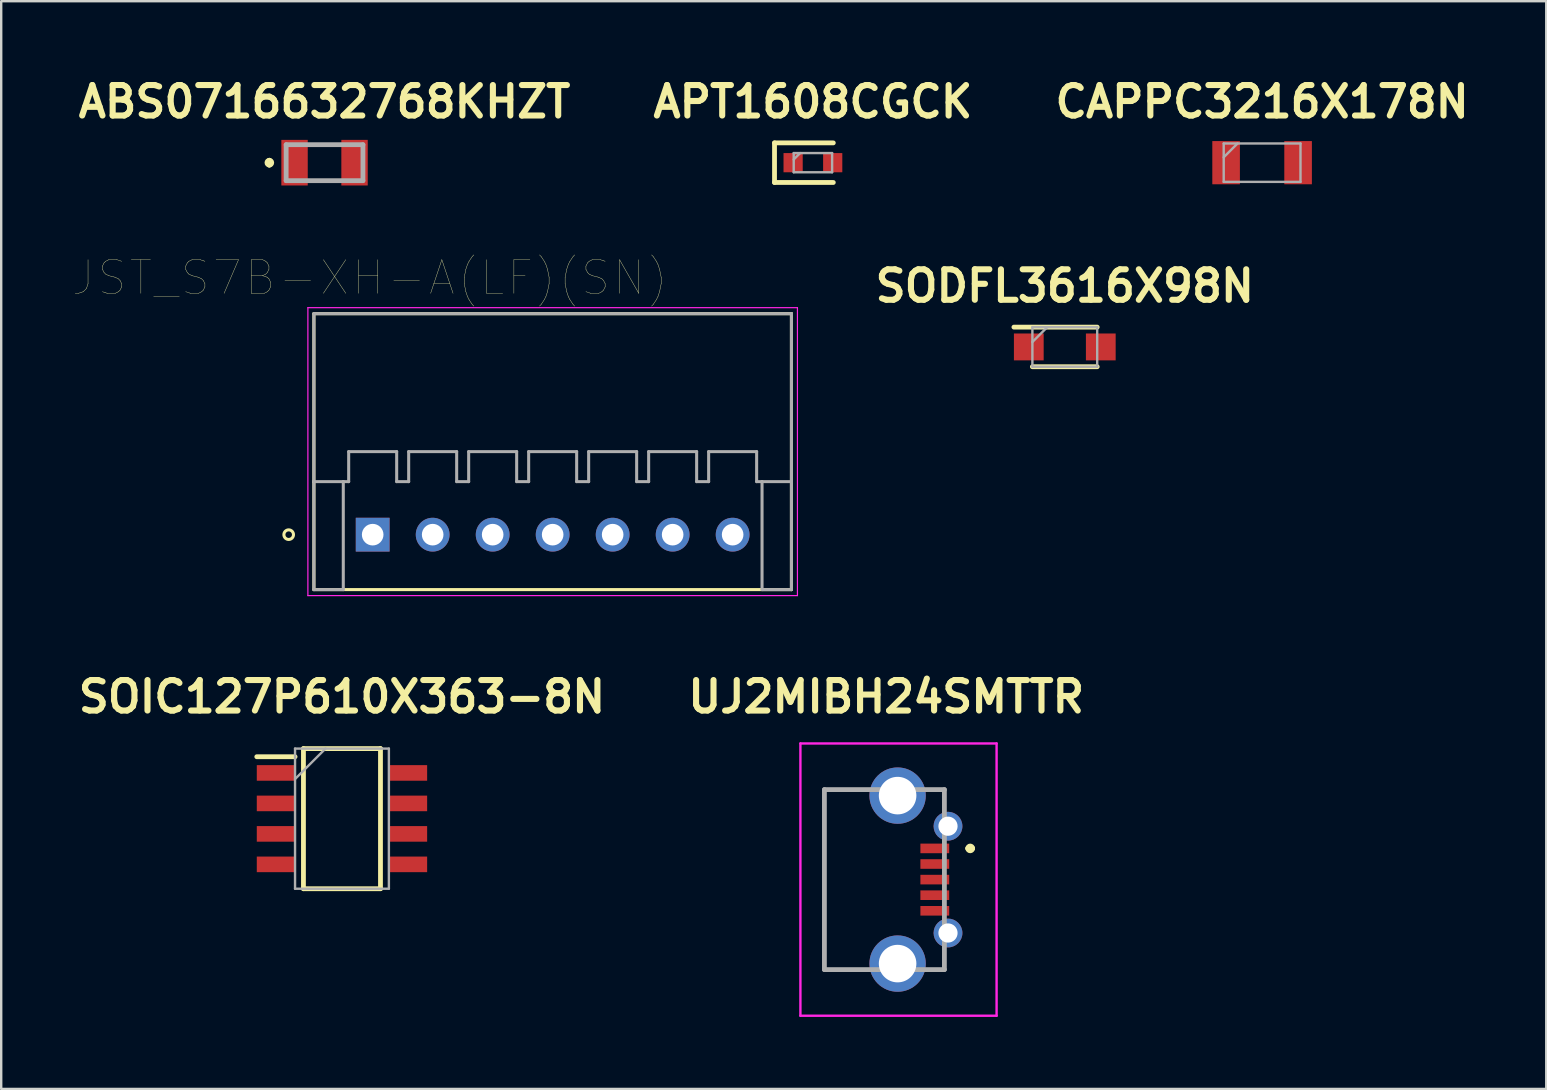
<source format=kicad_pcb>
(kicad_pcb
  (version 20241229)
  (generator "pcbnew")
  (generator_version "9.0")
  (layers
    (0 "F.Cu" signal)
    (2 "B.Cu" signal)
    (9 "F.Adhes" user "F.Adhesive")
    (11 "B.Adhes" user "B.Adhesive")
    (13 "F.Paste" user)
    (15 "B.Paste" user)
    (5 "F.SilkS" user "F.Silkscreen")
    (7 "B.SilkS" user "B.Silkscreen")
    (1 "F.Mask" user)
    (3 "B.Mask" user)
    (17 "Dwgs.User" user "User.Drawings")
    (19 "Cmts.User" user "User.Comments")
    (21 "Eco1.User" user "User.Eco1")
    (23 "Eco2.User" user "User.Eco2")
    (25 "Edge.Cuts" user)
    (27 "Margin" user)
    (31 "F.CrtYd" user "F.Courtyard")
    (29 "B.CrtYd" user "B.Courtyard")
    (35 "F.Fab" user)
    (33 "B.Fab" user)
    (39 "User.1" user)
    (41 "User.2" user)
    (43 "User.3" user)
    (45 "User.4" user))
  (footprint "UJ2MIBH24SMTTR"
    (layer "F.Cu")
    (at 33.879 33.604)
    (property "Reference" "UJ2MIBH24SMTTR" (at 0 -7.62 0) (layer "F.SilkS") (effects (font (size 1.27 1.27) (thickness 0.254))))
    (attr through_hole)
    (fp_line (start -2.575 -3.75) (end -1.075 -3.75) (stroke (width 0.1) (type solid)) (layer "F.SilkS"))
    (fp_line (start -2.575 3.75) (end -2.575 -3.75) (stroke (width 0.1) (type solid)) (layer "F.SilkS"))
    (fp_line (start -1.575 3.75) (end -2.575 3.75) (stroke (width 0.1) (type solid)) (layer "F.SilkS"))
    (fp_line (start 2.025 -3.75) (end 2.425 -3.75) (stroke (width 0.1) (type solid)) (layer "F.SilkS"))
    (fp_line (start 2.025 3.75) (end 2.425 3.75) (stroke (width 0.1) (type solid)) (layer "F.SilkS"))
    (fp_line (start 2.425 -3.75) (end 2.425 -3.75) (stroke (width 0.1) (type solid)) (layer "F.SilkS"))
    (fp_line (start 2.425 3.75) (end 2.425 3.75) (stroke (width 0.1) (type solid)) (layer "F.SilkS"))
    (fp_line (start 3.4 -1.3) (end 3.4 -1.3) (stroke (width 0.2) (type solid)) (layer "F.SilkS"))
    (fp_line (start 3.6 -1.3) (end 3.6 -1.3) (stroke (width 0.2) (type solid)) (layer "F.SilkS"))
    (fp_arc (start 3.4 -1.3) (mid 3.5 -1.4) (end 3.6 -1.3) (stroke (width 0.2) (type solid)) (layer "F.SilkS"))
    (fp_arc (start 3.6 -1.3) (mid 3.5 -1.2) (end 3.4 -1.3) (stroke (width 0.2) (type solid)) (layer "F.SilkS"))
    (fp_line (start -3.575 -5.674) (end 4.6 -5.674) (stroke (width 0.1) (type solid)) (layer "F.CrtYd"))
    (fp_line (start -3.575 5.674) (end -3.575 -5.674) (stroke (width 0.1) (type solid)) (layer "F.CrtYd"))
    (fp_line (start 4.6 -5.674) (end 4.6 5.674) (stroke (width 0.1) (type solid)) (layer "F.CrtYd"))
    (fp_line (start 4.6 5.674) (end -3.575 5.674) (stroke (width 0.1) (type solid)) (layer "F.CrtYd"))
    (fp_line (start -2.575 -3.75) (end 2.425 -3.75) (stroke (width 0.2) (type solid)) (layer "F.Fab"))
    (fp_line (start -2.575 3.75) (end -2.575 -3.75) (stroke (width 0.2) (type solid)) (layer "F.Fab"))
    (fp_line (start 2.425 -3.75) (end 2.425 3.75) (stroke (width 0.2) (type solid)) (layer "F.Fab"))
    (fp_line (start 2.425 3.75) (end -2.575 3.75) (stroke (width 0.2) (type solid)) (layer "F.Fab"))
    (pad "1" smd rect (at 2.025 -1.3 90) (size 0.4 1.2) (layers "F.Cu" "F.Mask" "F.Paste"))
    (pad "2" smd rect (at 2.025 -0.65 90) (size 0.4 1.2) (layers "F.Cu" "F.Mask" "F.Paste"))
    (pad "3" smd rect (at 2.025 0 90) (size 0.4 1.2) (layers "F.Cu" "F.Mask" "F.Paste"))
    (pad "4" smd rect (at 2.025 0.65 90) (size 0.4 1.2) (layers "F.Cu" "F.Mask" "F.Paste"))
    (pad "5" smd rect (at 2.025 1.3 90) (size 0.4 1.2) (layers "F.Cu" "F.Mask" "F.Paste"))
    (pad "MH1" thru_hole circle (at 2.575 -2.225) (size 1.2 1.2) (drill 0.8) (layers "*.Cu" "*.Mask"))
    (pad "MH2" thru_hole circle (at 2.575 2.225) (size 1.2 1.2) (drill 0.8) (layers "*.Cu" "*.Mask"))
    (pad "MH3" thru_hole circle (at 0.475 3.5) (size 2.348 2.348) (drill 1.565) (layers "*.Cu" "*.Mask"))
    (pad "MH4" thru_hole circle (at 0.475 -3.5) (size 2.348 2.348) (drill 1.565) (layers "*.Cu" "*.Mask")))
  (footprint "CAPPC3216X178N"
    (layer "F.Cu")
    (at 49.543 3.729)
    (property "Reference" "CAPPC3216X178N" (at 0 -2.54 0) (layer "F.SilkS") (effects (font (size 1.27 1.27) (thickness 0.254))))
    (attr smd)
    (fp_line (start -1.6 -0.8) (end 1.6 -0.8) (stroke (width 0.1) (type solid)) (layer "F.Fab"))
    (fp_line (start -1.6 -0.225) (end -1.025 -0.8) (stroke (width 0.1) (type solid)) (layer "F.Fab"))
    (fp_line (start -1.6 0.8) (end -1.6 -0.8) (stroke (width 0.1) (type solid)) (layer "F.Fab"))
    (fp_line (start 1.6 -0.8) (end 1.6 0.8) (stroke (width 0.1) (type solid)) (layer "F.Fab"))
    (fp_line (start 1.6 0.8) (end -1.6 0.8) (stroke (width 0.1) (type solid)) (layer "F.Fab"))
    (pad "1" smd rect (at -1.5 0) (size 1.15 1.8) (layers "F.Cu" "F.Mask" "F.Paste"))
    (pad "2" smd rect (at 1.5 0) (size 1.15 1.8) (layers "F.Cu" "F.Mask" "F.Paste")))
  (footprint "JST_S7B-XH-A(LF)(SN)"
    (layer "F.Cu")
    (at 19.98 15.77)
    (property "Reference" "JST_S7B-XH-A(LF)(SN)" (at -7.62 -7.245 0) (layer "F.SilkS") (effects (font (size 1.401 1.401) (thickness 0.015))))
    (attr through_hole)
    (fp_line (start -9.95 -5.75) (end 9.95 -5.75) (stroke (width 0.127) (type solid)) (layer "F.SilkS"))
    (fp_line (start -9.95 1.25) (end -9.95 -5.75) (stroke (width 0.127) (type solid)) (layer "F.SilkS"))
    (fp_line (start -9.95 1.27) (end -9.95 1.25) (stroke (width 0.127) (type solid)) (layer "F.SilkS"))
    (fp_line (start -9.95 5.75) (end -9.95 1.27) (stroke (width 0.127) (type solid)) (layer "F.SilkS"))
    (fp_line (start 9.95 -5.75) (end 9.95 5.75) (stroke (width 0.127) (type solid)) (layer "F.SilkS"))
    (fp_line (start 9.95 5.75) (end -9.95 5.75) (stroke (width 0.127) (type solid)) (layer "F.SilkS"))
    (fp_circle (center -11 3.46) (end -10.8 3.46) (stroke (width 0.127) (type solid)) (fill no) (layer "F.SilkS"))
    (fp_line (start -10.2 -6) (end 10.2 -6) (stroke (width 0.05) (type solid)) (layer "F.CrtYd"))
    (fp_line (start -10.2 6) (end -10.2 -6) (stroke (width 0.05) (type solid)) (layer "F.CrtYd"))
    (fp_line (start 10.2 -6) (end 10.2 6) (stroke (width 0.05) (type solid)) (layer "F.CrtYd"))
    (fp_line (start 10.2 6) (end -10.2 6) (stroke (width 0.05) (type solid)) (layer "F.CrtYd"))
    (fp_line (start -9.95 -5.75) (end -9.95 1.25) (stroke (width 0.127) (type solid)) (layer "F.Fab"))
    (fp_line (start -9.95 1.25) (end -9.95 5.75) (stroke (width 0.127) (type solid)) (layer "F.Fab"))
    (fp_line (start -9.95 1.25) (end -8.725 1.25) (stroke (width 0.127) (type solid)) (layer "F.Fab"))
    (fp_line (start -9.95 5.75) (end -8.725 5.75) (stroke (width 0.127) (type solid)) (layer "F.Fab"))
    (fp_line (start -8.725 1.25) (end -8.5 1.25) (stroke (width 0.127) (type solid)) (layer "F.Fab"))
    (fp_line (start -8.725 5.75) (end -8.725 1.25) (stroke (width 0.127) (type solid)) (layer "F.Fab"))
    (fp_line (start -8.5 0) (end -6.5 0) (stroke (width 0.127) (type solid)) (layer "F.Fab"))
    (fp_line (start -8.5 1.25) (end -8.5 0) (stroke (width 0.127) (type solid)) (layer "F.Fab"))
    (fp_line (start -6.5 0) (end -6.5 1.25) (stroke (width 0.127) (type solid)) (layer "F.Fab"))
    (fp_line (start -6.5 1.25) (end -6 1.25) (stroke (width 0.127) (type solid)) (layer "F.Fab"))
    (fp_line (start -6 0) (end -4 0) (stroke (width 0.127) (type solid)) (layer "F.Fab"))
    (fp_line (start -6 1.25) (end -6 0) (stroke (width 0.127) (type solid)) (layer "F.Fab"))
    (fp_line (start -4 0) (end -4 1.25) (stroke (width 0.127) (type solid)) (layer "F.Fab"))
    (fp_line (start -4 1.25) (end -3.5 1.25) (stroke (width 0.127) (type solid)) (layer "F.Fab"))
    (fp_line (start -3.5 0) (end -1.5 0) (stroke (width 0.127) (type solid)) (layer "F.Fab"))
    (fp_line (start -3.5 1.25) (end -3.5 0) (stroke (width 0.127) (type solid)) (layer "F.Fab"))
    (fp_line (start -1.5 0) (end -1.5 1.25) (stroke (width 0.127) (type solid)) (layer "F.Fab"))
    (fp_line (start -1.5 1.25) (end -1 1.25) (stroke (width 0.127) (type solid)) (layer "F.Fab"))
    (fp_line (start -1 0) (end 1 0) (stroke (width 0.127) (type solid)) (layer "F.Fab"))
    (fp_line (start -1 1.25) (end -1 0) (stroke (width 0.127) (type solid)) (layer "F.Fab"))
    (fp_line (start 1 0) (end 1 1.25) (stroke (width 0.127) (type solid)) (layer "F.Fab"))
    (fp_line (start 1 1.25) (end 1.5 1.25) (stroke (width 0.127) (type solid)) (layer "F.Fab"))
    (fp_line (start 1.5 0) (end 3.5 0) (stroke (width 0.127) (type solid)) (layer "F.Fab"))
    (fp_line (start 1.5 1.25) (end 1.5 0) (stroke (width 0.127) (type solid)) (layer "F.Fab"))
    (fp_line (start 3.5 0) (end 3.5 1.25) (stroke (width 0.127) (type solid)) (layer "F.Fab"))
    (fp_line (start 3.5 1.25) (end 4 1.25) (stroke (width 0.127) (type solid)) (layer "F.Fab"))
    (fp_line (start 4 0) (end 6 0) (stroke (width 0.127) (type solid)) (layer "F.Fab"))
    (fp_line (start 4 1.25) (end 4 0) (stroke (width 0.127) (type solid)) (layer "F.Fab"))
    (fp_line (start 6 0) (end 6 1.25) (stroke (width 0.127) (type solid)) (layer "F.Fab"))
    (fp_line (start 6 1.25) (end 6.5 1.25) (stroke (width 0.127) (type solid)) (layer "F.Fab"))
    (fp_line (start 6.5 0) (end 8.5 0) (stroke (width 0.127) (type solid)) (layer "F.Fab"))
    (fp_line (start 6.5 1.25) (end 6.5 0) (stroke (width 0.127) (type solid)) (layer "F.Fab"))
    (fp_line (start 8.5 0) (end 8.5 1.25) (stroke (width 0.127) (type solid)) (layer "F.Fab"))
    (fp_line (start 8.5 1.25) (end 8.725 1.25) (stroke (width 0.127) (type solid)) (layer "F.Fab"))
    (fp_line (start 8.725 1.25) (end 8.725 5.75) (stroke (width 0.127) (type solid)) (layer "F.Fab"))
    (fp_line (start 8.725 1.25) (end 9.95 1.25) (stroke (width 0.127) (type solid)) (layer "F.Fab"))
    (fp_line (start 8.725 5.75) (end 9.95 5.75) (stroke (width 0.127) (type solid)) (layer "F.Fab"))
    (fp_line (start 9.95 -5.75) (end -9.95 -5.75) (stroke (width 0.127) (type solid)) (layer "F.Fab"))
    (fp_line (start 9.95 1.25) (end 9.95 -5.75) (stroke (width 0.127) (type solid)) (layer "F.Fab"))
    (fp_line (start 9.95 5.75) (end 9.95 1.25) (stroke (width 0.127) (type solid)) (layer "F.Fab"))
    (pad "1" thru_hole rect (at -7.5 3.46) (size 1.408 1.408) (drill 0.9) (layers "*.Cu" "*.Mask"))
    (pad "2" thru_hole circle (at -5 3.46) (size 1.408 1.408) (drill 0.9) (layers "*.Cu" "*.Mask"))
    (pad "3" thru_hole circle (at -2.5 3.46) (size 1.408 1.408) (drill 0.9) (layers "*.Cu" "*.Mask"))
    (pad "4" thru_hole circle (at 0 3.46) (size 1.408 1.408) (drill 0.9) (layers "*.Cu" "*.Mask"))
    (pad "5" thru_hole circle (at 2.5 3.46) (size 1.408 1.408) (drill 0.9) (layers "*.Cu" "*.Mask"))
    (pad "6" thru_hole circle (at 5 3.46) (size 1.408 1.408) (drill 0.9) (layers "*.Cu" "*.Mask"))
    (pad "7" thru_hole circle (at 7.5 3.46) (size 1.408 1.408) (drill 0.9) (layers "*.Cu" "*.Mask")))
  (footprint "SODFL3616X98N"
    (layer "F.Cu")
    (at 41.321 11.407)
    (property "Reference" "SODFL3616X98N" (at 0 -2.54 0) (layer "F.SilkS") (effects (font (size 1.27 1.27) (thickness 0.254))))
    (attr smd)
    (fp_line (start -2.12 -0.825) (end 1.35 -0.825) (stroke (width 0.2) (type solid)) (layer "F.SilkS"))
    (fp_line (start -1.35 0.825) (end 1.35 0.825) (stroke (width 0.2) (type solid)) (layer "F.SilkS"))
    (fp_line (start -1.35 -0.825) (end 1.35 -0.825) (stroke (width 0.1) (type solid)) (layer "F.Fab"))
    (fp_line (start -1.35 -0.205) (end -0.73 -0.825) (stroke (width 0.1) (type solid)) (layer "F.Fab"))
    (fp_line (start -1.35 0.825) (end -1.35 -0.825) (stroke (width 0.1) (type solid)) (layer "F.Fab"))
    (fp_line (start 1.35 -0.825) (end 1.35 0.825) (stroke (width 0.1) (type solid)) (layer "F.Fab"))
    (fp_line (start 1.35 0.825) (end -1.35 0.825) (stroke (width 0.1) (type solid)) (layer "F.Fab"))
    (pad "1" smd rect (at -1.5 0 90) (size 1.12 1.24) (layers "F.Cu" "F.Mask" "F.Paste"))
    (pad "2" smd rect (at 1.5 0 90) (size 1.12 1.24) (layers "F.Cu" "F.Mask" "F.Paste")))
  (footprint "SOIC127P610X363-8N"
    (layer "F.Cu")
    (at 11.2 31.064)
    (property "Reference" "SOIC127P610X363-8N" (at 0 -5.08 0) (layer "F.SilkS") (effects (font (size 1.27 1.27) (thickness 0.254))))
    (attr smd)
    (fp_line (start -3.55 -2.58) (end -1.955 -2.58) (stroke (width 0.2) (type solid)) (layer "F.SilkS"))
    (fp_line (start -1.605 -2.92) (end 1.605 -2.92) (stroke (width 0.2) (type solid)) (layer "F.SilkS"))
    (fp_line (start -1.605 2.92) (end -1.605 -2.92) (stroke (width 0.2) (type solid)) (layer "F.SilkS"))
    (fp_line (start 1.605 -2.92) (end 1.605 2.92) (stroke (width 0.2) (type solid)) (layer "F.SilkS"))
    (fp_line (start 1.605 2.92) (end -1.605 2.92) (stroke (width 0.2) (type solid)) (layer "F.SilkS"))
    (fp_line (start -1.955 -2.92) (end 1.955 -2.92) (stroke (width 0.1) (type solid)) (layer "F.Fab"))
    (fp_line (start -1.955 -1.65) (end -0.685 -2.92) (stroke (width 0.1) (type solid)) (layer "F.Fab"))
    (fp_line (start -1.955 2.92) (end -1.955 -2.92) (stroke (width 0.1) (type solid)) (layer "F.Fab"))
    (fp_line (start 1.955 -2.92) (end 1.955 2.92) (stroke (width 0.1) (type solid)) (layer "F.Fab"))
    (fp_line (start 1.955 2.92) (end -1.955 2.92) (stroke (width 0.1) (type solid)) (layer "F.Fab"))
    (pad "1" smd rect (at -2.752 -1.905 90) (size 0.65 1.595) (layers "F.Cu" "F.Mask" "F.Paste"))
    (pad "2" smd rect (at -2.752 -0.635 90) (size 0.65 1.595) (layers "F.Cu" "F.Mask" "F.Paste"))
    (pad "3" smd rect (at -2.752 0.635 90) (size 0.65 1.595) (layers "F.Cu" "F.Mask" "F.Paste"))
    (pad "4" smd rect (at -2.752 1.905 90) (size 0.65 1.595) (layers "F.Cu" "F.Mask" "F.Paste"))
    (pad "5" smd rect (at 2.752 1.905 90) (size 0.65 1.595) (layers "F.Cu" "F.Mask" "F.Paste"))
    (pad "6" smd rect (at 2.752 0.635 90) (size 0.65 1.595) (layers "F.Cu" "F.Mask" "F.Paste"))
    (pad "7" smd rect (at 2.752 -0.635 90) (size 0.65 1.595) (layers "F.Cu" "F.Mask" "F.Paste"))
    (pad "8" smd rect (at 2.752 -1.905 90) (size 0.65 1.595) (layers "F.Cu" "F.Mask" "F.Paste")))
  (footprint "APT1608CGCK"
    (layer "F.Cu")
    (at 30.825 3.729)
    (property "Reference" "APT1608CGCK" (at 0 -2.54 0) (layer "F.SilkS") (effects (font (size 1.27 1.27) (thickness 0.254))))
    (attr smd)
    (fp_line (start -1.6 -0.825) (end -1.6 0.825) (stroke (width 0.2) (type solid)) (layer "F.SilkS"))
    (fp_line (start -1.6 0.825) (end 0.85 0.825) (stroke (width 0.2) (type solid)) (layer "F.SilkS"))
    (fp_line (start 0.85 -0.825) (end -1.6 -0.825) (stroke (width 0.2) (type solid)) (layer "F.SilkS"))
    (fp_line (start -0.8 -0.4) (end 0.8 -0.4) (stroke (width 0.1) (type solid)) (layer "F.Fab"))
    (fp_line (start -0.8 -0.133) (end -0.533 -0.4) (stroke (width 0.1) (type solid)) (layer "F.Fab"))
    (fp_line (start -0.8 0.4) (end -0.8 -0.4) (stroke (width 0.1) (type solid)) (layer "F.Fab"))
    (fp_line (start 0.8 -0.4) (end 0.8 0.4) (stroke (width 0.1) (type solid)) (layer "F.Fab"))
    (fp_line (start 0.8 0.4) (end -0.8 0.4) (stroke (width 0.1) (type solid)) (layer "F.Fab"))
    (pad "1" smd rect (at -0.825 0) (size 0.8 0.8) (layers "F.Cu" "F.Mask" "F.Paste"))
    (pad "2" smd rect (at 0.825 0) (size 0.8 0.8) (layers "F.Cu" "F.Mask" "F.Paste")))
  (footprint "ABS0716632768KHZT"
    (layer "F.Cu")
    (at 10.474 3.729)
    (property "Reference" "ABS0716632768KHZT" (at 0 -2.54 0) (layer "F.SilkS") (effects (font (size 1.27 1.27) (thickness 0.254))))
    (attr smd)
    (fp_line (start -2.3 -0.1) (end -2.3 -0.1) (stroke (width 0.2) (type solid)) (layer "F.SilkS"))
    (fp_line (start -2.3 0.1) (end -2.3 0.1) (stroke (width 0.2) (type solid)) (layer "F.SilkS"))
    (fp_line (start -0.5 -0.75) (end 0.5 -0.75) (stroke (width 0.1) (type solid)) (layer "F.SilkS"))
    (fp_line (start -0.5 0.75) (end 0.5 0.75) (stroke (width 0.1) (type solid)) (layer "F.SilkS"))
    (fp_arc (start -2.3 -0.1) (mid -2.2 0) (end -2.3 0.1) (stroke (width 0.2) (type solid)) (layer "F.SilkS"))
    (fp_arc (start -2.3 0.1) (mid -2.4 0) (end -2.3 -0.1) (stroke (width 0.2) (type solid)) (layer "F.SilkS"))
    (fp_line (start -1.6 -0.75) (end 1.6 -0.75) (stroke (width 0.2) (type solid)) (layer "F.Fab"))
    (fp_line (start -1.6 0.75) (end -1.6 -0.75) (stroke (width 0.2) (type solid)) (layer "F.Fab"))
    (fp_line (start 1.6 -0.75) (end 1.6 0.75) (stroke (width 0.2) (type solid)) (layer "F.Fab"))
    (fp_line (start 1.6 0.75) (end -1.6 0.75) (stroke (width 0.2) (type solid)) (layer "F.Fab"))
    (pad "1" smd rect (at -1.25 0) (size 1.1 1.9) (layers "F.Cu" "F.Mask" "F.Paste"))
    (pad "2" smd rect (at 1.25 0) (size 1.1 1.9) (layers "F.Cu" "F.Mask" "F.Paste")))
  (gr_rect
    (start -3 -3)
    (end 61.384 42.328)
    (stroke (width 0.1) (type default))
    (fill no)
    (layer "Edge.Cuts")))
</source>
